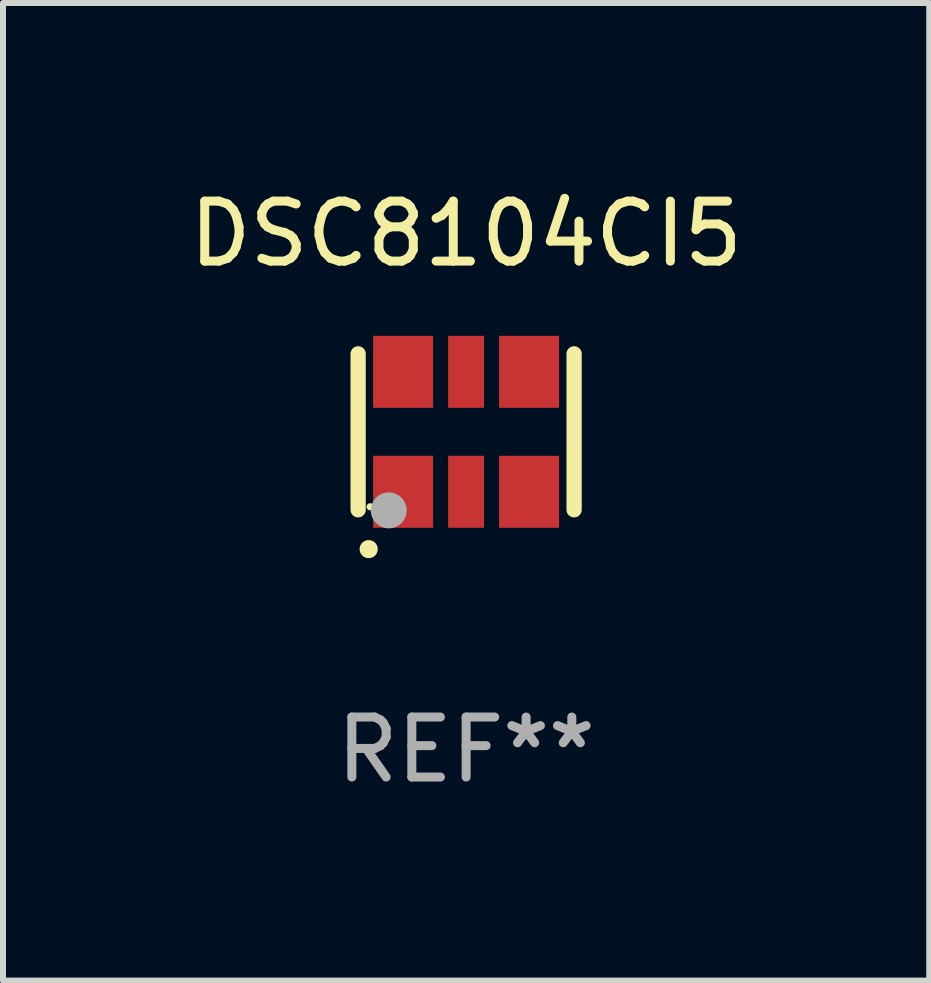
<source format=kicad_pcb>
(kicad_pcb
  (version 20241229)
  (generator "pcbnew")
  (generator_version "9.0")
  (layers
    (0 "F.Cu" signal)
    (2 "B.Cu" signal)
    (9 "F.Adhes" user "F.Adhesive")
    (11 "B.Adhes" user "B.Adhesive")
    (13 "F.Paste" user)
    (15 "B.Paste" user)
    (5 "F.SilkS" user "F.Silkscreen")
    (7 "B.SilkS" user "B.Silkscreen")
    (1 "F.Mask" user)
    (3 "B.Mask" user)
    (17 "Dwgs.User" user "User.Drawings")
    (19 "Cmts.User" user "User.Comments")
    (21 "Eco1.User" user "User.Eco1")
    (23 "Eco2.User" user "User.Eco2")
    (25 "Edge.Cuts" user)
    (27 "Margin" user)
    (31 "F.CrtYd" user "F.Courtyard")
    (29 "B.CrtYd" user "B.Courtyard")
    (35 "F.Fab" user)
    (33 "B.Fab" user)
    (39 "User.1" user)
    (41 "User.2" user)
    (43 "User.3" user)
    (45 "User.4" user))
  (footprint "DSC8104CI5"
    (layer "F.Cu")
    (at 4.72 4.148)
    (property "Reference" "DSC8104CI5" (at 0 -3.3 0) (layer "F.SilkS") (effects (font (size 1 1) (thickness 0.15))))
    (attr through_hole)
    (fp_line (start -1.8 -1.3) (end -1.8 1.3) (stroke (width 0.254) (type solid)) (layer "F.SilkS"))
    (fp_line (start 1.8 -1.3) (end 1.8 1.3) (stroke (width 0.254) (type solid)) (layer "F.SilkS"))
    (fp_arc (start -1.625603 1.955804) (mid -1.624333 1.955799) (end -1.623063 1.955804) (stroke (width 0.3) (type solid)) (layer "F.SilkS"))
    (fp_circle (center -1.6 1.25) (end -1.57 1.25) (stroke (width 0.06) (type solid)) (fill no) (layer "F.SilkS"))
    (fp_circle (center -1.29 1.31) (end -1.14 1.31) (stroke (width 0.3) (type solid)) (fill no) (layer "F.Fab"))
    (fp_text user "REF**" (at 0 5.3 0) (layer "F.Fab") (effects (font (size 1 1) (thickness 0.15))))
    (pad "1" smd rect (at -1.05 1) (size 1 1.2) (layers "F.Cu" "F.Mask" "F.Paste"))
    (pad "2" smd rect (at 0 1) (size 0.6 1.2) (layers "F.Cu" "F.Mask" "F.Paste"))
    (pad "3" smd rect (at 1.05 1) (size 1 1.2) (layers "F.Cu" "F.Mask" "F.Paste"))
    (pad "4" smd rect (at 1.05 -1) (size 1 1.2) (layers "F.Cu" "F.Mask" "F.Paste"))
    (pad "5" smd rect (at 0 -1) (size 0.6 1.2) (layers "F.Cu" "F.Mask" "F.Paste"))
    (pad "6" smd rect (at -1.05 -1) (size 1 1.2) (layers "F.Cu" "F.Mask" "F.Paste")))
  (gr_rect
    (start -3 -3)
    (end 12.44 13.296)
    (stroke (width 0.1) (type default))
    (fill no)
    (layer "Edge.Cuts")))
</source>
